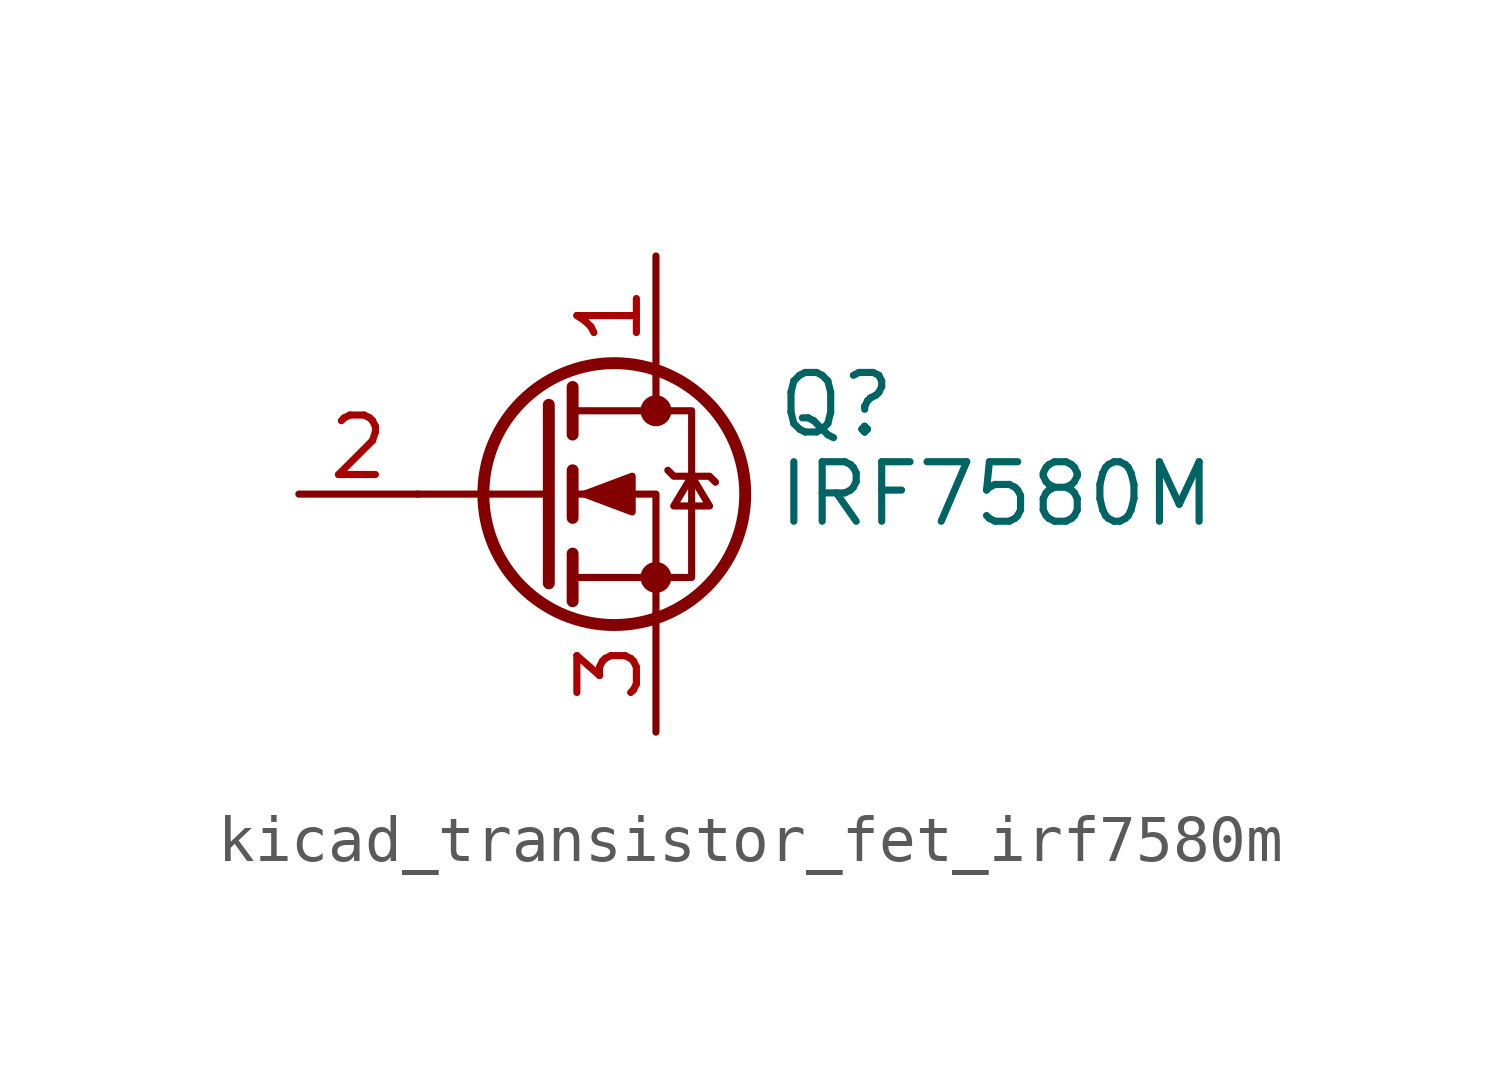
<source format=kicad_sym>
(kicad_symbol_lib
  (version 20220914)
  (generator kicad_symbol_editor)
  (symbol "kicad_transistor_fet_irf7580m"
    (pin_names hide)
    (property "Reference" "Q"
      (at 5.08 1.905 0)
      (effects (font (size 1.27 1.27)) (justify left)))
    (property "Value" "IRF7580M"
      (at 5.08 0 0)
      (effects (font (size 1.27 1.27)) (justify left)))
    (symbol "kicad_transistor_fet_irf7580m_0_1"
      (polyline (pts (xy 0.254 0) (xy -2.54 0)) (stroke (width 0) (type default)) (fill (type none)))
      (polyline (pts (xy 0.254 1.905) (xy 0.254 -1.905)) (stroke (width 0.254) (type default)) (fill (type none)))
      (polyline (pts (xy 0.762 -1.27) (xy 0.762 -2.286)) (stroke (width 0.254) (type default)) (fill (type none)))
      (polyline (pts (xy 0.762 0.508) (xy 0.762 -0.508)) (stroke (width 0.254) (type default)) (fill (type none)))
      (polyline (pts (xy 0.762 2.286) (xy 0.762 1.27)) (stroke (width 0.254) (type default)) (fill (type none)))
      (polyline (pts (xy 2.54 2.54) (xy 2.54 1.778)) (stroke (width 0) (type default)) (fill (type none)))
      (polyline (pts (xy 2.54 -2.54) (xy 2.54 0) (xy 0.762 0)) (stroke (width 0) (type default)) (fill (type none)))
      (polyline (pts (xy 0.762 -1.778) (xy 3.302 -1.778) (xy 3.302 1.778) (xy 0.762 1.778)) (stroke (width 0) (type default)) (fill (type none)))
      (polyline (pts (xy 1.016 0) (xy 2.032 0.381) (xy 2.032 -0.381) (xy 1.016 0)) (stroke (width 0) (type default)) (fill (type outline)))
      (polyline (pts (xy 2.794 0.508) (xy 2.921 0.381) (xy 3.683 0.381) (xy 3.81 0.254)) (stroke (width 0) (type default)) (fill (type none)))
      (polyline (pts (xy 3.302 0.381) (xy 2.921 -0.254) (xy 3.683 -0.254) (xy 3.302 0.381)) (stroke (width 0) (type default)) (fill (type none)))
      (circle (center 1.651 0) (radius 2.794) (stroke (width 0.254) (type default)) (fill (type none)))
      (circle (center 2.54 -1.778) (radius 0.254) (stroke (width 0) (type default)) (fill (type outline)))
      (circle (center 2.54 1.778) (radius 0.254) (stroke (width 0) (type default)) (fill (type outline))))
    (symbol "kicad_transistor_fet_irf7580m_1_1"
      (pin passive line (at 2.54 5.08 270) (length 2.54) (name "D" (effects (font (size 1.27 1.27)))) (number "1" (effects (font (size 1.27 1.27)))))
      (pin input line (at -5.08 0 0) (length 2.54) (name "G" (effects (font (size 1.27 1.27)))) (number "2" (effects (font (size 1.27 1.27)))))
      (pin passive line (at 2.54 -5.08 90) (length 2.54) (name "S" (effects (font (size 1.27 1.27)))) (number "3" (effects (font (size 1.27 1.27))))))))
</source>
